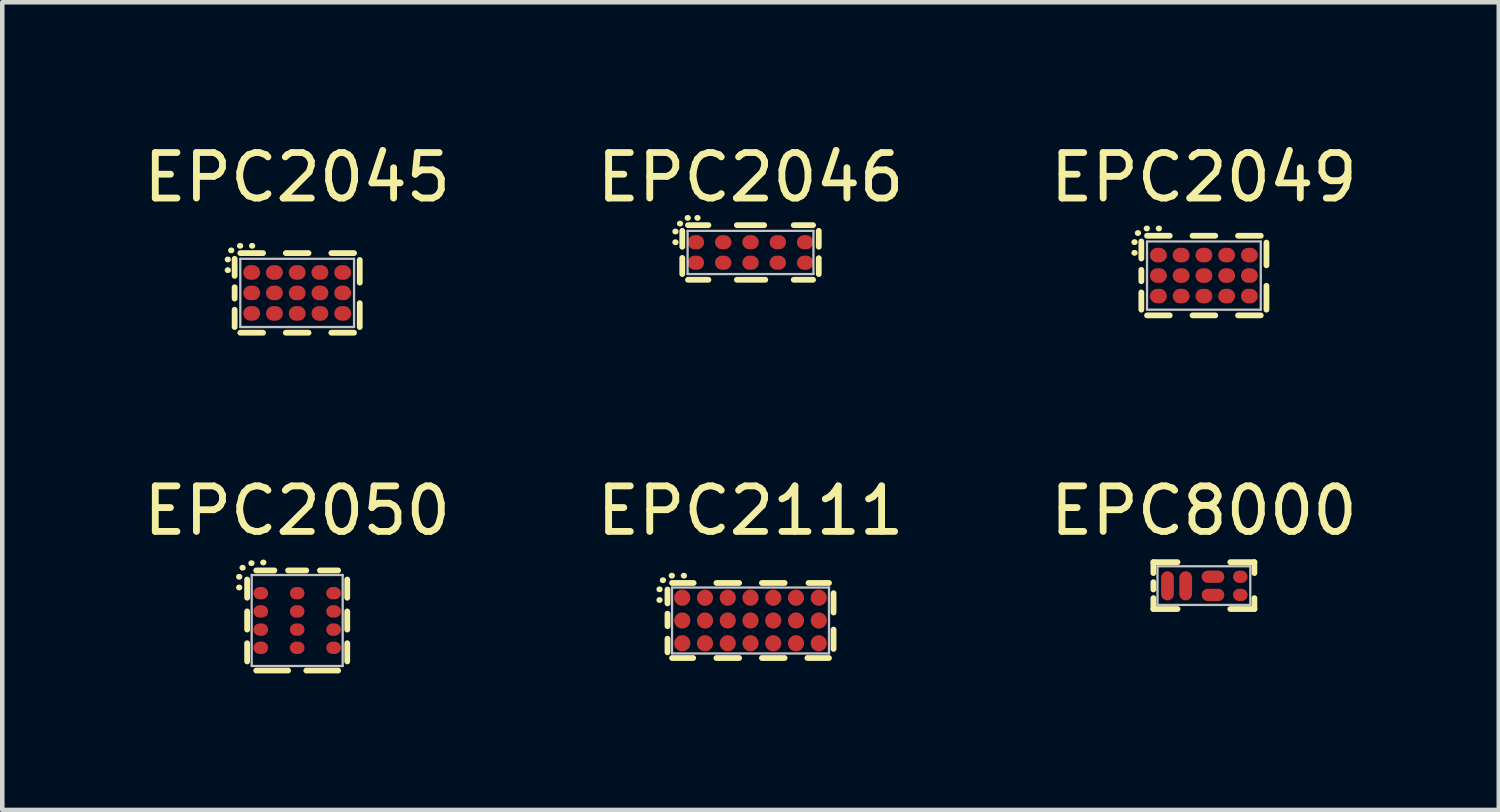
<source format=kicad_pcb>
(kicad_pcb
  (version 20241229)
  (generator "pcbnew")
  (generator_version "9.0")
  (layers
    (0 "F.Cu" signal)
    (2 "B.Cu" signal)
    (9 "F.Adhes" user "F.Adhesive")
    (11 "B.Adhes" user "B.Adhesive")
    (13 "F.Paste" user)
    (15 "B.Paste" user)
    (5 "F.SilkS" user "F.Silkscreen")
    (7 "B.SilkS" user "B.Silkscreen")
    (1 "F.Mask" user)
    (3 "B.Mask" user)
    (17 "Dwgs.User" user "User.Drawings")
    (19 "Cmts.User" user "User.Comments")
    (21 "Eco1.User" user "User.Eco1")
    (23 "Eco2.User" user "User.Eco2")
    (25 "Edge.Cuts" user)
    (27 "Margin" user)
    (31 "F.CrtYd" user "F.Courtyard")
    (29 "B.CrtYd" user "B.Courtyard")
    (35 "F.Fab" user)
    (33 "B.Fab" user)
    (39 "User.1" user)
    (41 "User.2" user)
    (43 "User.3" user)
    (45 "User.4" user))
  (footprint "EPC2111"
    (layer "F.Cu")
    (at 13.446 10.588)
    (property "Reference" "EPC2111" (at 0 -2.413 0) (layer "F.SilkS") (effects (font (size 1 1) (thickness 0.15))))
    (attr smd)
    (fp_line (start -2.005 -0.685) (end -1.995 -0.685) (stroke (width 0.127) (type solid)) (layer "F.SilkS"))
    (fp_line (start -2.005 -0.45) (end -1.995 -0.45) (stroke (width 0.127) (type solid)) (layer "F.SilkS"))
    (fp_line (start -1.93 -0.885) (end -1.92 -0.885) (stroke (width 0.127) (type solid)) (layer "F.SilkS"))
    (fp_line (start -1.825 -0.375) (end -1.825 -0.68) (stroke (width 0.127) (type solid)) (layer "F.SilkS"))
    (fp_line (start -1.825 0.125) (end -1.825 -0.15) (stroke (width 0.127) (type solid)) (layer "F.SilkS"))
    (fp_line (start -1.825 0.7) (end -1.825 0.4) (stroke (width 0.127) (type solid)) (layer "F.SilkS"))
    (fp_line (start -1.735 -0.985) (end -1.725 -0.985) (stroke (width 0.127) (type solid)) (layer "F.SilkS"))
    (fp_line (start -1.725 -0.825) (end -1.25 -0.825) (stroke (width 0.127) (type solid)) (layer "F.SilkS"))
    (fp_line (start -1.725 0.825) (end -1.26 0.825) (stroke (width 0.127) (type solid)) (layer "F.SilkS"))
    (fp_line (start -1.47 -0.985) (end -1.46 -0.985) (stroke (width 0.127) (type solid)) (layer "F.SilkS"))
    (fp_line (start -0.75 -0.825) (end -0.25 -0.825) (stroke (width 0.127) (type solid)) (layer "F.SilkS"))
    (fp_line (start -0.75 0.825) (end -0.25 0.825) (stroke (width 0.127) (type solid)) (layer "F.SilkS"))
    (fp_line (start 0.25 -0.825) (end 0.75 -0.825) (stroke (width 0.127) (type solid)) (layer "F.SilkS"))
    (fp_line (start 0.25 0.825) (end 0.75 0.825) (stroke (width 0.127) (type solid)) (layer "F.SilkS"))
    (fp_line (start 1.25 0.825) (end 1.725 0.825) (stroke (width 0.127) (type solid)) (layer "F.SilkS"))
    (fp_line (start 1.275 -0.825) (end 1.725 -0.825) (stroke (width 0.127) (type solid)) (layer "F.SilkS"))
    (fp_line (start 1.825 -0.175) (end 1.825 -0.6) (stroke (width 0.127) (type solid)) (layer "F.SilkS"))
    (fp_line (start 1.825 0.625) (end 1.825 0.2) (stroke (width 0.127) (type solid)) (layer "F.SilkS"))
    (fp_line (start -1.725 -0.725) (end 1.725 -0.725) (stroke (width 0.05) (type solid)) (layer "Dwgs.User"))
    (fp_line (start -1.725 0.725) (end -1.725 -0.725) (stroke (width 0.05) (type solid)) (layer "Dwgs.User"))
    (fp_line (start -1.725 0.725) (end 1.725 0.725) (stroke (width 0.05) (type solid)) (layer "Dwgs.User"))
    (fp_line (start 1.725 0.725) (end 1.725 -0.725) (stroke (width 0.05) (type solid)) (layer "Dwgs.User"))
    (pad "1" smd circle (at -1.5 -0.5 180) (size 0.355 0.355) (layers "F.Cu" "F.Mask" "F.Paste"))
    (pad "2" smd circle (at -1.5 -0.00001 180) (size 0.355 0.355) (layers "F.Cu" "F.Mask" "F.Paste"))
    (pad "3" smd circle (at -1.5 0.5 180) (size 0.355 0.355) (layers "F.Cu" "F.Mask" "F.Paste"))
    (pad "4" smd circle (at -1 -0.5 180) (size 0.355 0.355) (layers "F.Cu" "F.Mask" "F.Paste"))
    (pad "5" smd circle (at -1 -0.00001 180) (size 0.355 0.355) (layers "F.Cu" "F.Mask" "F.Paste"))
    (pad "6" smd circle (at -1 0.5 180) (size 0.355 0.355) (layers "F.Cu" "F.Mask" "F.Paste"))
    (pad "7" smd circle (at -0.5 -0.5 180) (size 0.355 0.355) (layers "F.Cu" "F.Mask" "F.Paste"))
    (pad "8" smd circle (at -0.5 -0.00001 180) (size 0.355 0.355) (layers "F.Cu" "F.Mask" "F.Paste"))
    (pad "9" smd circle (at -0.5 0.5 180) (size 0.355 0.355) (layers "F.Cu" "F.Mask" "F.Paste"))
    (pad "10" smd circle (at 0.00001 -0.5 180) (size 0.355 0.355) (layers "F.Cu" "F.Mask" "F.Paste"))
    (pad "11" smd circle (at 0.00001 -0.00001 180) (size 0.355 0.355) (layers "F.Cu" "F.Mask" "F.Paste"))
    (pad "12" smd circle (at 0.00001 0.5 180) (size 0.355 0.355) (layers "F.Cu" "F.Mask" "F.Paste"))
    (pad "13" smd circle (at 0.5 -0.5 180) (size 0.355 0.355) (layers "F.Cu" "F.Mask" "F.Paste"))
    (pad "14" smd circle (at 0.5 -0.00001 180) (size 0.355 0.355) (layers "F.Cu" "F.Mask" "F.Paste"))
    (pad "15" smd circle (at 0.5 0.5 180) (size 0.355 0.355) (layers "F.Cu" "F.Mask" "F.Paste"))
    (pad "16" smd circle (at 1 -0.5 180) (size 0.355 0.355) (layers "F.Cu" "F.Mask" "F.Paste"))
    (pad "17" smd circle (at 1 -0.00001 180) (size 0.355 0.355) (layers "F.Cu" "F.Mask" "F.Paste"))
    (pad "18" smd circle (at 1 0.5 180) (size 0.355 0.355) (layers "F.Cu" "F.Mask" "F.Paste"))
    (pad "19" smd circle (at 1.5 -0.5 180) (size 0.355 0.355) (layers "F.Cu" "F.Mask" "F.Paste"))
    (pad "20" smd circle (at 1.5 -0.00001 180) (size 0.355 0.355) (layers "F.Cu" "F.Mask" "F.Paste"))
    (pad "21" smd circle (at 1.5 0.5 180) (size 0.355 0.355) (layers "F.Cu" "F.Mask" "F.Paste")))
  (footprint "EPC2049"
    (layer "F.Cu")
    (at 23.411 3.007)
    (property "Reference" "EPC2049" (at 0 -2.159 0) (layer "F.SilkS") (effects (font (size 1 1) (thickness 0.15))))
    (attr smd)
    (fp_line (start -1.53 -0.735) (end -1.52 -0.735) (stroke (width 0.127) (type solid)) (layer "F.SilkS"))
    (fp_line (start -1.53 -0.5) (end -1.52 -0.5) (stroke (width 0.127) (type solid)) (layer "F.SilkS"))
    (fp_line (start -1.455 -0.935) (end -1.445 -0.935) (stroke (width 0.127) (type solid)) (layer "F.SilkS"))
    (fp_line (start -1.375 -0.375) (end -1.375 -0.75) (stroke (width 0.127) (type solid)) (layer "F.SilkS"))
    (fp_line (start -1.375 0.125) (end -1.375 -0.125) (stroke (width 0.127) (type solid)) (layer "F.SilkS"))
    (fp_line (start -1.375 0.75) (end -1.375 0.37) (stroke (width 0.127) (type solid)) (layer "F.SilkS"))
    (fp_line (start -1.26 -1.035) (end -1.25 -1.035) (stroke (width 0.127) (type solid)) (layer "F.SilkS"))
    (fp_line (start -1.25 -0.875) (end -0.75 -0.875) (stroke (width 0.127) (type solid)) (layer "F.SilkS"))
    (fp_line (start -1.25 0.875) (end -0.75 0.875) (stroke (width 0.127) (type solid)) (layer "F.SilkS"))
    (fp_line (start -0.995 -1.035) (end -0.985 -1.035) (stroke (width 0.127) (type solid)) (layer "F.SilkS"))
    (fp_line (start -0.25 -0.875) (end 0.25 -0.875) (stroke (width 0.127) (type solid)) (layer "F.SilkS"))
    (fp_line (start -0.25 0.875) (end 0.25 0.875) (stroke (width 0.127) (type solid)) (layer "F.SilkS"))
    (fp_line (start 0.75 -0.875) (end 1.25 -0.875) (stroke (width 0.127) (type solid)) (layer "F.SilkS"))
    (fp_line (start 0.75 0.875) (end 1.25 0.875) (stroke (width 0.127) (type solid)) (layer "F.SilkS"))
    (fp_line (start 1.375 -0.225) (end 1.375 -0.725) (stroke (width 0.127) (type solid)) (layer "F.SilkS"))
    (fp_line (start 1.375 0.75) (end 1.375 0.225) (stroke (width 0.127) (type solid)) (layer "F.SilkS"))
    (fp_line (start -1.25 -0.75) (end 1.25 -0.75) (stroke (width 0.05) (type solid)) (layer "Dwgs.User"))
    (fp_line (start -1.25 0.75) (end -1.25 -0.75) (stroke (width 0.05) (type solid)) (layer "Dwgs.User"))
    (fp_line (start -1.25 0.75) (end 1.25 0.75) (stroke (width 0.05) (type solid)) (layer "Dwgs.User"))
    (fp_line (start 1.25 0.75) (end 1.25 -0.75) (stroke (width 0.05) (type solid)) (layer "Dwgs.User"))
    (pad "1" smd oval (at -1 -0.45 180) (size 0.37 0.32) (layers "F.Cu" "F.Mask" "F.Paste"))
    (pad "2" smd oval (at -1 0 180) (size 0.37 0.32) (layers "F.Cu" "F.Mask" "F.Paste"))
    (pad "3" smd oval (at -1 0.45 180) (size 0.37 0.32) (layers "F.Cu" "F.Mask" "F.Paste"))
    (pad "4" smd oval (at -0.5 -0.45 180) (size 0.37 0.32) (layers "F.Cu" "F.Mask" "F.Paste"))
    (pad "5" smd oval (at -0.5 0 180) (size 0.37 0.32) (layers "F.Cu" "F.Mask" "F.Paste"))
    (pad "6" smd oval (at -0.5 0.45 180) (size 0.37 0.32) (layers "F.Cu" "F.Mask" "F.Paste"))
    (pad "7" smd oval (at 0 -0.45 180) (size 0.37 0.32) (layers "F.Cu" "F.Mask" "F.Paste"))
    (pad "8" smd oval (at 0 0 180) (size 0.37 0.32) (layers "F.Cu" "F.Mask" "F.Paste"))
    (pad "9" smd oval (at 0 0.45 180) (size 0.37 0.32) (layers "F.Cu" "F.Mask" "F.Paste"))
    (pad "10" smd oval (at 0.5 -0.45 180) (size 0.37 0.32) (layers "F.Cu" "F.Mask" "F.Paste"))
    (pad "11" smd oval (at 0.5 0 180) (size 0.37 0.32) (layers "F.Cu" "F.Mask" "F.Paste"))
    (pad "12" smd oval (at 0.5 0.45 180) (size 0.37 0.32) (layers "F.Cu" "F.Mask" "F.Paste"))
    (pad "13" smd oval (at 1 -0.45 180) (size 0.37 0.32) (layers "F.Cu" "F.Mask" "F.Paste"))
    (pad "14" smd oval (at 1 0 180) (size 0.37 0.32) (layers "F.Cu" "F.Mask" "F.Paste"))
    (pad "15" smd oval (at 1 0.45 180) (size 0.37 0.32) (layers "F.Cu" "F.Mask" "F.Paste")))
  (footprint "EPC2045"
    (layer "F.Cu")
    (at 3.482 3.388)
    (property "Reference" "EPC2045" (at 0 -2.54 0) (layer "F.SilkS") (effects (font (size 1 1) (thickness 0.15))))
    (attr smd)
    (fp_line (start -1.53 -0.735) (end -1.52 -0.735) (stroke (width 0.127) (type solid)) (layer "F.SilkS"))
    (fp_line (start -1.53 -0.5) (end -1.52 -0.5) (stroke (width 0.127) (type solid)) (layer "F.SilkS"))
    (fp_line (start -1.455 -0.935) (end -1.445 -0.935) (stroke (width 0.127) (type solid)) (layer "F.SilkS"))
    (fp_line (start -1.375 -0.375) (end -1.375 -0.75) (stroke (width 0.127) (type solid)) (layer "F.SilkS"))
    (fp_line (start -1.375 0.125) (end -1.375 -0.125) (stroke (width 0.127) (type solid)) (layer "F.SilkS"))
    (fp_line (start -1.375 0.75) (end -1.375 0.37) (stroke (width 0.127) (type solid)) (layer "F.SilkS"))
    (fp_line (start -1.26 -1.035) (end -1.25 -1.035) (stroke (width 0.127) (type solid)) (layer "F.SilkS"))
    (fp_line (start -1.25 -0.875) (end -0.75 -0.875) (stroke (width 0.127) (type solid)) (layer "F.SilkS"))
    (fp_line (start -1.25 0.875) (end -0.75 0.875) (stroke (width 0.127) (type solid)) (layer "F.SilkS"))
    (fp_line (start -0.995 -1.035) (end -0.985 -1.035) (stroke (width 0.127) (type solid)) (layer "F.SilkS"))
    (fp_line (start -0.25 -0.875) (end 0.25 -0.875) (stroke (width 0.127) (type solid)) (layer "F.SilkS"))
    (fp_line (start -0.25 0.875) (end 0.25 0.875) (stroke (width 0.127) (type solid)) (layer "F.SilkS"))
    (fp_line (start 0.75 -0.875) (end 1.25 -0.875) (stroke (width 0.127) (type solid)) (layer "F.SilkS"))
    (fp_line (start 0.75 0.875) (end 1.25 0.875) (stroke (width 0.127) (type solid)) (layer "F.SilkS"))
    (fp_line (start 1.375 -0.225) (end 1.375 -0.725) (stroke (width 0.127) (type solid)) (layer "F.SilkS"))
    (fp_line (start 1.375 0.75) (end 1.375 0.225) (stroke (width 0.127) (type solid)) (layer "F.SilkS"))
    (fp_line (start -1.25 -0.75) (end 1.25 -0.75) (stroke (width 0.05) (type solid)) (layer "Dwgs.User"))
    (fp_line (start -1.25 0.75) (end -1.25 -0.75) (stroke (width 0.05) (type solid)) (layer "Dwgs.User"))
    (fp_line (start -1.25 0.75) (end 1.25 0.75) (stroke (width 0.05) (type solid)) (layer "Dwgs.User"))
    (fp_line (start 1.25 0.75) (end 1.25 -0.75) (stroke (width 0.05) (type solid)) (layer "Dwgs.User"))
    (pad "1" smd oval (at -1 -0.45 180) (size 0.37 0.32) (layers "F.Cu" "F.Mask" "F.Paste"))
    (pad "2" smd oval (at -1 0 180) (size 0.37 0.32) (layers "F.Cu" "F.Mask" "F.Paste"))
    (pad "3" smd oval (at -1 0.45 180) (size 0.37 0.32) (layers "F.Cu" "F.Mask" "F.Paste"))
    (pad "4" smd oval (at -0.5 -0.45 180) (size 0.37 0.32) (layers "F.Cu" "F.Mask" "F.Paste"))
    (pad "5" smd oval (at -0.5 0 180) (size 0.37 0.32) (layers "F.Cu" "F.Mask" "F.Paste"))
    (pad "6" smd oval (at -0.5 0.45 180) (size 0.37 0.32) (layers "F.Cu" "F.Mask" "F.Paste"))
    (pad "7" smd oval (at 0 -0.45 180) (size 0.37 0.32) (layers "F.Cu" "F.Mask" "F.Paste"))
    (pad "8" smd oval (at 0 0 180) (size 0.37 0.32) (layers "F.Cu" "F.Mask" "F.Paste"))
    (pad "9" smd oval (at 0 0.45 180) (size 0.37 0.32) (layers "F.Cu" "F.Mask" "F.Paste"))
    (pad "10" smd oval (at 0.5 -0.45 180) (size 0.37 0.32) (layers "F.Cu" "F.Mask" "F.Paste"))
    (pad "11" smd oval (at 0.5 0 180) (size 0.37 0.32) (layers "F.Cu" "F.Mask" "F.Paste"))
    (pad "12" smd oval (at 0.5 0.45 180) (size 0.37 0.32) (layers "F.Cu" "F.Mask" "F.Paste"))
    (pad "13" smd oval (at 1 -0.45 180) (size 0.37 0.32) (layers "F.Cu" "F.Mask" "F.Paste"))
    (pad "14" smd oval (at 1 0 180) (size 0.37 0.32) (layers "F.Cu" "F.Mask" "F.Paste"))
    (pad "15" smd oval (at 1 0.45 180) (size 0.37 0.32) (layers "F.Cu" "F.Mask" "F.Paste")))
  (footprint "EPC8000"
    (layer "F.Cu")
    (at 23.411 9.826)
    (property "Reference" "EPC8000" (at 0 -1.651 0) (layer "F.SilkS") (effects (font (size 1 1) (thickness 0.15))))
    (attr smd)
    (fp_line (start -1.11 -0.52) (end -0.58 -0.52) (stroke (width 0.127) (type solid)) (layer "F.SilkS"))
    (fp_line (start -1.11 -0.28) (end -1.11 -0.52) (stroke (width 0.127) (type solid)) (layer "F.SilkS"))
    (fp_line (start -1.11 0.08) (end -1.11 -0.08) (stroke (width 0.127) (type solid)) (layer "F.SilkS"))
    (fp_line (start -1.11 0.51) (end -1.11 0.27) (stroke (width 0.127) (type solid)) (layer "F.SilkS"))
    (fp_line (start -1.11 0.51) (end -0.58 0.51) (stroke (width 0.127) (type solid)) (layer "F.SilkS"))
    (fp_line (start 0.58 -0.52) (end 1.11 -0.52) (stroke (width 0.127) (type solid)) (layer "F.SilkS"))
    (fp_line (start 0.58 0.51) (end 1.11 0.51) (stroke (width 0.127) (type solid)) (layer "F.SilkS"))
    (fp_line (start 1.11 -0.28) (end 1.11 -0.52) (stroke (width 0.127) (type solid)) (layer "F.SilkS"))
    (fp_line (start 1.11 0.51) (end 1.11 0.27) (stroke (width 0.127) (type solid)) (layer "F.SilkS"))
    (fp_line (start -1.02 -0.43) (end 1.02 -0.43) (stroke (width 0.05) (type solid)) (layer "Dwgs.User"))
    (fp_line (start -1.02 0.42) (end -1.02 -0.43) (stroke (width 0.05) (type solid)) (layer "Dwgs.User"))
    (fp_line (start -1.02 0.42) (end 1.02 0.42) (stroke (width 0.05) (type solid)) (layer "Dwgs.User"))
    (fp_line (start 1.02 0.42) (end 1.02 -0.43) (stroke (width 0.05) (type solid)) (layer "Dwgs.User"))
    (pad "1" smd oval (at -0.8 0 180) (size 0.28 0.64) (layers "F.Cu" "F.Mask" "F.Paste"))
    (pad "2" smd oval (at -0.4 -0.00001 180) (size 0.28 0.64) (layers "F.Cu" "F.Mask" "F.Paste"))
    (pad "3" smd oval (at 0.2 0.2 270) (size 0.27 0.498) (layers "F.Cu" "F.Mask" "F.Paste"))
    (pad "4" smd oval (at 0.2 -0.2 270) (size 0.27 0.498) (layers "F.Cu" "F.Mask" "F.Paste"))
    (pad "5" smd oval (at 0.8 0.2 180) (size 0.32 0.27) (layers "F.Cu" "F.Mask" "F.Paste"))
    (pad "6" smd oval (at 0.8 -0.2 180) (size 0.32 0.27) (layers "F.Cu" "F.Mask" "F.Paste")))
  (footprint "EPC2050"
    (layer "F.Cu")
    (at 3.482 10.588)
    (property "Reference" "EPC2050" (at 0 -2.413 0) (layer "F.SilkS") (effects (font (size 1 1) (thickness 0.15))))
    (attr smd)
    (fp_line (start -1.28 -0.96) (end -1.27 -0.96) (stroke (width 0.127) (type solid)) (layer "F.SilkS"))
    (fp_line (start -1.28 -0.725) (end -1.27 -0.725) (stroke (width 0.127) (type solid)) (layer "F.SilkS"))
    (fp_line (start -1.205 -1.16) (end -1.195 -1.16) (stroke (width 0.127) (type solid)) (layer "F.SilkS"))
    (fp_line (start -1.1 -0.5) (end -1.1 -0.9) (stroke (width 0.127) (type solid)) (layer "F.SilkS"))
    (fp_line (start -1.1 0.2) (end -1.1 -0.2) (stroke (width 0.127) (type solid)) (layer "F.SilkS"))
    (fp_line (start -1.1 0.9) (end -1.1 0.5) (stroke (width 0.127) (type solid)) (layer "F.SilkS"))
    (fp_line (start -1.01 -1.26) (end -1 -1.26) (stroke (width 0.127) (type solid)) (layer "F.SilkS"))
    (fp_line (start -0.9 -1.1) (end -0.5 -1.1) (stroke (width 0.127) (type solid)) (layer "F.SilkS"))
    (fp_line (start -0.9 1.1) (end -0.2 1.1) (stroke (width 0.127) (type solid)) (layer "F.SilkS"))
    (fp_line (start -0.75 -1.275) (end -0.74 -1.275) (stroke (width 0.127) (type solid)) (layer "F.SilkS"))
    (fp_line (start -0.2 -1.1) (end 0.2 -1.1) (stroke (width 0.127) (type solid)) (layer "F.SilkS"))
    (fp_line (start 0.2 1.1) (end 0.9 1.1) (stroke (width 0.127) (type solid)) (layer "F.SilkS"))
    (fp_line (start 0.5 -1.1) (end 0.9 -1.1) (stroke (width 0.127) (type solid)) (layer "F.SilkS"))
    (fp_line (start 1.1 -0.5) (end 1.1 -0.9) (stroke (width 0.127) (type solid)) (layer "F.SilkS"))
    (fp_line (start 1.1 0.2) (end 1.1 -0.2) (stroke (width 0.127) (type solid)) (layer "F.SilkS"))
    (fp_line (start 1.1 0.9) (end 1.1 0.5) (stroke (width 0.127) (type solid)) (layer "F.SilkS"))
    (fp_line (start -1 -1) (end 1 -1) (stroke (width 0.05) (type solid)) (layer "Dwgs.User"))
    (fp_line (start -1 1) (end -1 -1) (stroke (width 0.05) (type solid)) (layer "Dwgs.User"))
    (fp_line (start -1 1) (end 1 1) (stroke (width 0.05) (type solid)) (layer "Dwgs.User"))
    (fp_line (start 1 1) (end 1 -1) (stroke (width 0.05) (type solid)) (layer "Dwgs.User"))
    (pad "1" smd oval (at -0.8 -0.6 270) (size 0.271 0.321) (layers "F.Cu" "F.Mask" "F.Paste"))
    (pad "2" smd oval (at -0.8 -0.2 270) (size 0.271 0.321) (layers "F.Cu" "F.Mask" "F.Paste"))
    (pad "3" smd oval (at -0.8 0.2 270) (size 0.271 0.321) (layers "F.Cu" "F.Mask" "F.Paste"))
    (pad "4" smd oval (at -0.8 0.6 270) (size 0.271 0.321) (layers "F.Cu" "F.Mask" "F.Paste"))
    (pad "5" smd oval (at 0 -0.6 270) (size 0.271 0.321) (layers "F.Cu" "F.Mask" "F.Paste"))
    (pad "6" smd oval (at 0 -0.2 270) (size 0.271 0.321) (layers "F.Cu" "F.Mask" "F.Paste"))
    (pad "7" smd oval (at 0 0.2 270) (size 0.271 0.321) (layers "F.Cu" "F.Mask" "F.Paste"))
    (pad "8" smd oval (at 0 0.6 270) (size 0.271 0.321) (layers "F.Cu" "F.Mask" "F.Paste"))
    (pad "9" smd oval (at 0.8 -0.6 270) (size 0.271 0.321) (layers "F.Cu" "F.Mask" "F.Paste"))
    (pad "10" smd oval (at 0.8 -0.2 270) (size 0.271 0.321) (layers "F.Cu" "F.Mask" "F.Paste"))
    (pad "11" smd oval (at 0.8 0.2 270) (size 0.271 0.321) (layers "F.Cu" "F.Mask" "F.Paste"))
    (pad "12" smd oval (at 0.8 0.6 270) (size 0.271 0.321) (layers "F.Cu" "F.Mask" "F.Paste")))
  (footprint "EPC2046"
    (layer "F.Cu")
    (at 13.446 2.499)
    (property "Reference" "EPC2046" (at 0 -1.651 0) (layer "F.SilkS") (effects (font (size 1 1) (thickness 0.15))))
    (attr smd)
    (fp_line (start -1.655 -0.46) (end -1.645 -0.46) (stroke (width 0.127) (type solid)) (layer "F.SilkS"))
    (fp_line (start -1.655 -0.225) (end -1.645 -0.225) (stroke (width 0.127) (type solid)) (layer "F.SilkS"))
    (fp_line (start -1.555 -0.635) (end -1.545 -0.635) (stroke (width 0.127) (type solid)) (layer "F.SilkS"))
    (fp_line (start -1.5 -0.125) (end -1.5 -0.475) (stroke (width 0.127) (type solid)) (layer "F.SilkS"))
    (fp_line (start -1.5 0.475) (end -1.5 0.12) (stroke (width 0.127) (type solid)) (layer "F.SilkS"))
    (fp_line (start -1.385 -0.76) (end -1.375 -0.76) (stroke (width 0.127) (type solid)) (layer "F.SilkS"))
    (fp_line (start -1.375 -0.6) (end -0.925 -0.6) (stroke (width 0.127) (type solid)) (layer "F.SilkS"))
    (fp_line (start -1.375 0.6) (end -0.925 0.6) (stroke (width 0.127) (type solid)) (layer "F.SilkS"))
    (fp_line (start -1.17 -0.76) (end -1.16 -0.76) (stroke (width 0.127) (type solid)) (layer "F.SilkS"))
    (fp_line (start -0.3 -0.6) (end 0.3 -0.6) (stroke (width 0.127) (type solid)) (layer "F.SilkS"))
    (fp_line (start -0.3 0.6) (end 0.325 0.6) (stroke (width 0.127) (type solid)) (layer "F.SilkS"))
    (fp_line (start 0.95 -0.6) (end 1.375 -0.6) (stroke (width 0.127) (type solid)) (layer "F.SilkS"))
    (fp_line (start 0.95 0.6) (end 1.375 0.6) (stroke (width 0.127) (type solid)) (layer "F.SilkS"))
    (fp_line (start 1.5 -0.125) (end 1.5 -0.475) (stroke (width 0.127) (type solid)) (layer "F.SilkS"))
    (fp_line (start 1.5 0.475) (end 1.5 0.125) (stroke (width 0.127) (type solid)) (layer "F.SilkS"))
    (fp_line (start -1.383 -0.475) (end 1.383 -0.475) (stroke (width 0.05) (type solid)) (layer "Dwgs.User"))
    (fp_line (start -1.383 0.475) (end -1.383 -0.475) (stroke (width 0.05) (type solid)) (layer "Dwgs.User"))
    (fp_line (start -1.383 0.475) (end 1.383 0.475) (stroke (width 0.05) (type solid)) (layer "Dwgs.User"))
    (fp_line (start 1.383 0.475) (end 1.383 -0.475) (stroke (width 0.05) (type solid)) (layer "Dwgs.User"))
    (pad "1" smd oval (at -1.2 -0.225 180) (size 0.36 0.31) (layers "F.Cu" "F.Mask" "F.Paste"))
    (pad "2" smd oval (at -1.2 0.225 180) (size 0.36 0.31) (layers "F.Cu" "F.Mask" "F.Paste"))
    (pad "3" smd oval (at -0.6 -0.225 180) (size 0.36 0.31) (layers "F.Cu" "F.Mask" "F.Paste"))
    (pad "4" smd oval (at -0.6 0.225 180) (size 0.36 0.31) (layers "F.Cu" "F.Mask" "F.Paste"))
    (pad "5" smd oval (at 0 -0.225 180) (size 0.36 0.31) (layers "F.Cu" "F.Mask" "F.Paste"))
    (pad "6" smd oval (at 0 0.225 180) (size 0.36 0.31) (layers "F.Cu" "F.Mask" "F.Paste"))
    (pad "7" smd oval (at 0.6 -0.225 180) (size 0.36 0.31) (layers "F.Cu" "F.Mask" "F.Paste"))
    (pad "8" smd oval (at 0.6 0.225 180) (size 0.36 0.31) (layers "F.Cu" "F.Mask" "F.Paste"))
    (pad "9" smd oval (at 1.2 -0.225 180) (size 0.36 0.31) (layers "F.Cu" "F.Mask" "F.Paste"))
    (pad "10" smd oval (at 1.2 0.225 180) (size 0.36 0.31) (layers "F.Cu" "F.Mask" "F.Paste")))
  (gr_rect
    (start -3 -3)
    (end 29.893 14.752)
    (stroke (width 0.1) (type default))
    (fill no)
    (layer "Edge.Cuts")))
</source>
